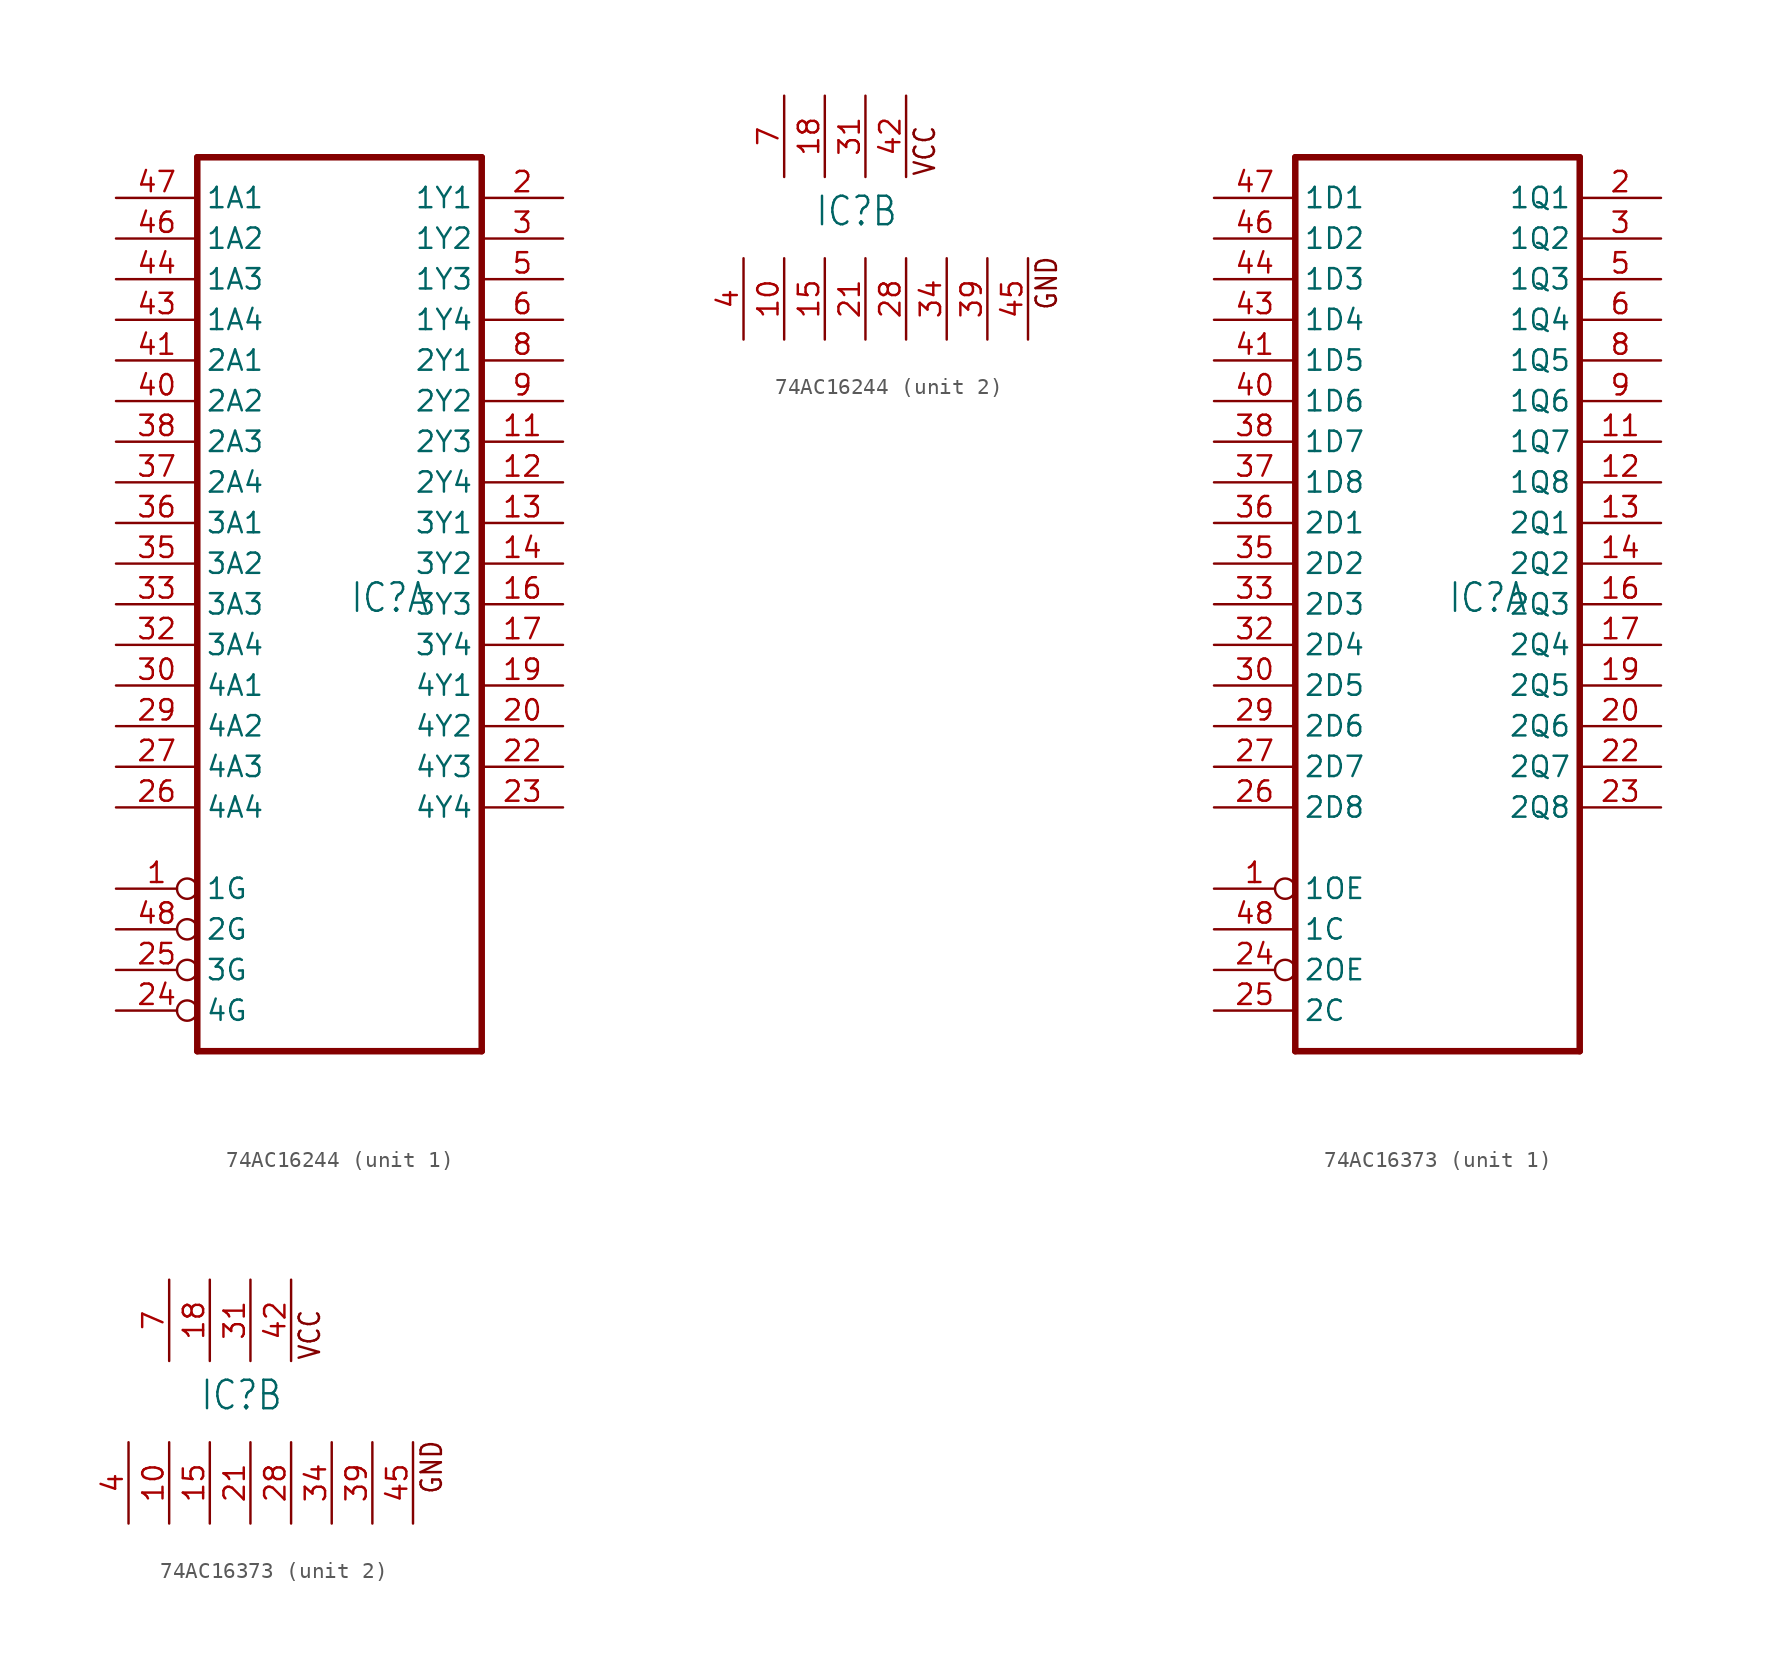
<source format=kicad_sym>
(kicad_symbol_lib
  (version 20231120)
  (generator "kicad_symbol_editor")
  (generator_version "8.0")
  (symbol "74AC16244"
    (property "Reference" "IC"
      (at -0.635 -0.635 0)
      (effects (font (size 1.778 1.511)) (justify left bottom)))
    (property "ki_locked" ""
      (at 0 0 0)
      (effects (font (size 1.27 1.27))))
    (symbol "74AC16244_1_0"
      (polyline (pts (xy -10.16 27.94) (xy -10.16 -27.94)) (stroke (width 0.406) (type solid)) (fill (type none)))
      (polyline (pts (xy -10.16 27.94) (xy 7.62 27.94)) (stroke (width 0.406) (type solid)) (fill (type none)))
      (polyline (pts (xy 7.62 -27.94) (xy -10.16 -27.94)) (stroke (width 0.406) (type solid)) (fill (type none)))
      (polyline (pts (xy 7.62 -27.94) (xy 7.62 27.94)) (stroke (width 0.406) (type solid)) (fill (type none)))
      (pin input inverted (at -15.24 -17.78 0) (length 5.08) (name "1G" (effects (font (size 1.27 1.27)))) (number "1" (effects (font (size 1.27 1.27)))))
      (pin tri_state line (at 12.7 10.16 180) (length 5.08) (name "2Y3" (effects (font (size 1.27 1.27)))) (number "11" (effects (font (size 1.27 1.27)))))
      (pin tri_state line (at 12.7 7.62 180) (length 5.08) (name "2Y4" (effects (font (size 1.27 1.27)))) (number "12" (effects (font (size 1.27 1.27)))))
      (pin tri_state line (at 12.7 5.08 180) (length 5.08) (name "3Y1" (effects (font (size 1.27 1.27)))) (number "13" (effects (font (size 1.27 1.27)))))
      (pin tri_state line (at 12.7 2.54 180) (length 5.08) (name "3Y2" (effects (font (size 1.27 1.27)))) (number "14" (effects (font (size 1.27 1.27)))))
      (pin tri_state line (at 12.7 0 180) (length 5.08) (name "3Y3" (effects (font (size 1.27 1.27)))) (number "16" (effects (font (size 1.27 1.27)))))
      (pin tri_state line (at 12.7 -2.54 180) (length 5.08) (name "3Y4" (effects (font (size 1.27 1.27)))) (number "17" (effects (font (size 1.27 1.27)))))
      (pin tri_state line (at 12.7 -5.08 180) (length 5.08) (name "4Y1" (effects (font (size 1.27 1.27)))) (number "19" (effects (font (size 1.27 1.27)))))
      (pin tri_state line (at 12.7 25.4 180) (length 5.08) (name "1Y1" (effects (font (size 1.27 1.27)))) (number "2" (effects (font (size 1.27 1.27)))))
      (pin tri_state line (at 12.7 -7.62 180) (length 5.08) (name "4Y2" (effects (font (size 1.27 1.27)))) (number "20" (effects (font (size 1.27 1.27)))))
      (pin tri_state line (at 12.7 -10.16 180) (length 5.08) (name "4Y3" (effects (font (size 1.27 1.27)))) (number "22" (effects (font (size 1.27 1.27)))))
      (pin tri_state line (at 12.7 -12.7 180) (length 5.08) (name "4Y4" (effects (font (size 1.27 1.27)))) (number "23" (effects (font (size 1.27 1.27)))))
      (pin input inverted (at -15.24 -25.4 0) (length 5.08) (name "4G" (effects (font (size 1.27 1.27)))) (number "24" (effects (font (size 1.27 1.27)))))
      (pin input inverted (at -15.24 -22.86 0) (length 5.08) (name "3G" (effects (font (size 1.27 1.27)))) (number "25" (effects (font (size 1.27 1.27)))))
      (pin input line (at -15.24 -12.7 0) (length 5.08) (name "4A4" (effects (font (size 1.27 1.27)))) (number "26" (effects (font (size 1.27 1.27)))))
      (pin input line (at -15.24 -10.16 0) (length 5.08) (name "4A3" (effects (font (size 1.27 1.27)))) (number "27" (effects (font (size 1.27 1.27)))))
      (pin input line (at -15.24 -7.62 0) (length 5.08) (name "4A2" (effects (font (size 1.27 1.27)))) (number "29" (effects (font (size 1.27 1.27)))))
      (pin tri_state line (at 12.7 22.86 180) (length 5.08) (name "1Y2" (effects (font (size 1.27 1.27)))) (number "3" (effects (font (size 1.27 1.27)))))
      (pin input line (at -15.24 -5.08 0) (length 5.08) (name "4A1" (effects (font (size 1.27 1.27)))) (number "30" (effects (font (size 1.27 1.27)))))
      (pin input line (at -15.24 -2.54 0) (length 5.08) (name "3A4" (effects (font (size 1.27 1.27)))) (number "32" (effects (font (size 1.27 1.27)))))
      (pin input line (at -15.24 0 0) (length 5.08) (name "3A3" (effects (font (size 1.27 1.27)))) (number "33" (effects (font (size 1.27 1.27)))))
      (pin input line (at -15.24 2.54 0) (length 5.08) (name "3A2" (effects (font (size 1.27 1.27)))) (number "35" (effects (font (size 1.27 1.27)))))
      (pin input line (at -15.24 5.08 0) (length 5.08) (name "3A1" (effects (font (size 1.27 1.27)))) (number "36" (effects (font (size 1.27 1.27)))))
      (pin input line (at -15.24 7.62 0) (length 5.08) (name "2A4" (effects (font (size 1.27 1.27)))) (number "37" (effects (font (size 1.27 1.27)))))
      (pin input line (at -15.24 10.16 0) (length 5.08) (name "2A3" (effects (font (size 1.27 1.27)))) (number "38" (effects (font (size 1.27 1.27)))))
      (pin input line (at -15.24 12.7 0) (length 5.08) (name "2A2" (effects (font (size 1.27 1.27)))) (number "40" (effects (font (size 1.27 1.27)))))
      (pin input line (at -15.24 15.24 0) (length 5.08) (name "2A1" (effects (font (size 1.27 1.27)))) (number "41" (effects (font (size 1.27 1.27)))))
      (pin input line (at -15.24 17.78 0) (length 5.08) (name "1A4" (effects (font (size 1.27 1.27)))) (number "43" (effects (font (size 1.27 1.27)))))
      (pin input line (at -15.24 20.32 0) (length 5.08) (name "1A3" (effects (font (size 1.27 1.27)))) (number "44" (effects (font (size 1.27 1.27)))))
      (pin input line (at -15.24 22.86 0) (length 5.08) (name "1A2" (effects (font (size 1.27 1.27)))) (number "46" (effects (font (size 1.27 1.27)))))
      (pin input line (at -15.24 25.4 0) (length 5.08) (name "1A1" (effects (font (size 1.27 1.27)))) (number "47" (effects (font (size 1.27 1.27)))))
      (pin input inverted (at -15.24 -20.32 0) (length 5.08) (name "2G" (effects (font (size 1.27 1.27)))) (number "48" (effects (font (size 1.27 1.27)))))
      (pin tri_state line (at 12.7 20.32 180) (length 5.08) (name "1Y3" (effects (font (size 1.27 1.27)))) (number "5" (effects (font (size 1.27 1.27)))))
      (pin tri_state line (at 12.7 17.78 180) (length 5.08) (name "1Y4" (effects (font (size 1.27 1.27)))) (number "6" (effects (font (size 1.27 1.27)))))
      (pin tri_state line (at 12.7 15.24 180) (length 5.08) (name "2Y1" (effects (font (size 1.27 1.27)))) (number "8" (effects (font (size 1.27 1.27)))))
      (pin tri_state line (at 12.7 12.7 180) (length 5.08) (name "2Y2" (effects (font (size 1.27 1.27)))) (number "9" (effects (font (size 1.27 1.27))))))
    (symbol "74AC16244_2_0"
      (text "GND" (at 14.605 -5.842 900) (effects (font (size 1.27 1.079)) (justify left bottom)))
      (text "VCC" (at 6.985 2.54 900) (effects (font (size 1.27 1.079)) (justify left bottom)))
      (pin power_in line (at -2.54 -7.62 90) (length 5.08) (name "GND@2" (effects (font (size 0 0)))) (number "10" (effects (font (size 1.27 1.27)))))
      (pin power_in line (at 0 -7.62 90) (length 5.08) (name "GND@3" (effects (font (size 0 0)))) (number "15" (effects (font (size 1.27 1.27)))))
      (pin power_in line (at 0 7.62 270) (length 5.08) (name "VCC@2" (effects (font (size 0 0)))) (number "18" (effects (font (size 1.27 1.27)))))
      (pin power_in line (at 2.54 -7.62 90) (length 5.08) (name "GND@4" (effects (font (size 0 0)))) (number "21" (effects (font (size 1.27 1.27)))))
      (pin power_in line (at 5.08 -7.62 90) (length 5.08) (name "GND@5" (effects (font (size 0 0)))) (number "28" (effects (font (size 1.27 1.27)))))
      (pin power_in line (at 2.54 7.62 270) (length 5.08) (name "VCC@3" (effects (font (size 0 0)))) (number "31" (effects (font (size 1.27 1.27)))))
      (pin power_in line (at 7.62 -7.62 90) (length 5.08) (name "GND@6" (effects (font (size 0 0)))) (number "34" (effects (font (size 1.27 1.27)))))
      (pin power_in line (at 10.16 -7.62 90) (length 5.08) (name "GND@7" (effects (font (size 0 0)))) (number "39" (effects (font (size 1.27 1.27)))))
      (pin power_in line (at -5.08 -7.62 90) (length 5.08) (name "GND@1" (effects (font (size 0 0)))) (number "4" (effects (font (size 1.27 1.27)))))
      (pin power_in line (at 5.08 7.62 270) (length 5.08) (name "VCC@4" (effects (font (size 0 0)))) (number "42" (effects (font (size 1.27 1.27)))))
      (pin power_in line (at 12.7 -7.62 90) (length 5.08) (name "GND@8" (effects (font (size 0 0)))) (number "45" (effects (font (size 1.27 1.27)))))
      (pin power_in line (at -2.54 7.62 270) (length 5.08) (name "VCC@1" (effects (font (size 0 0)))) (number "7" (effects (font (size 1.27 1.27)))))))
  (symbol "74AC16373"
    (property "Reference" "IC"
      (at -0.635 -0.635 0)
      (effects (font (size 1.778 1.511)) (justify left bottom)))
    (property "ki_locked" ""
      (at 0 0 0)
      (effects (font (size 1.27 1.27))))
    (symbol "74AC16373_1_0"
      (polyline (pts (xy -10.16 27.94) (xy -10.16 -27.94)) (stroke (width 0.406) (type solid)) (fill (type none)))
      (polyline (pts (xy -10.16 27.94) (xy 7.62 27.94)) (stroke (width 0.406) (type solid)) (fill (type none)))
      (polyline (pts (xy 7.62 -27.94) (xy -10.16 -27.94)) (stroke (width 0.406) (type solid)) (fill (type none)))
      (polyline (pts (xy 7.62 -27.94) (xy 7.62 27.94)) (stroke (width 0.406) (type solid)) (fill (type none)))
      (pin input inverted (at -15.24 -17.78 0) (length 5.08) (name "1OE" (effects (font (size 1.27 1.27)))) (number "1" (effects (font (size 1.27 1.27)))))
      (pin tri_state line (at 12.7 10.16 180) (length 5.08) (name "1Q7" (effects (font (size 1.27 1.27)))) (number "11" (effects (font (size 1.27 1.27)))))
      (pin tri_state line (at 12.7 7.62 180) (length 5.08) (name "1Q8" (effects (font (size 1.27 1.27)))) (number "12" (effects (font (size 1.27 1.27)))))
      (pin tri_state line (at 12.7 5.08 180) (length 5.08) (name "2Q1" (effects (font (size 1.27 1.27)))) (number "13" (effects (font (size 1.27 1.27)))))
      (pin tri_state line (at 12.7 2.54 180) (length 5.08) (name "2Q2" (effects (font (size 1.27 1.27)))) (number "14" (effects (font (size 1.27 1.27)))))
      (pin tri_state line (at 12.7 0 180) (length 5.08) (name "2Q3" (effects (font (size 1.27 1.27)))) (number "16" (effects (font (size 1.27 1.27)))))
      (pin tri_state line (at 12.7 -2.54 180) (length 5.08) (name "2Q4" (effects (font (size 1.27 1.27)))) (number "17" (effects (font (size 1.27 1.27)))))
      (pin tri_state line (at 12.7 -5.08 180) (length 5.08) (name "2Q5" (effects (font (size 1.27 1.27)))) (number "19" (effects (font (size 1.27 1.27)))))
      (pin tri_state line (at 12.7 25.4 180) (length 5.08) (name "1Q1" (effects (font (size 1.27 1.27)))) (number "2" (effects (font (size 1.27 1.27)))))
      (pin tri_state line (at 12.7 -7.62 180) (length 5.08) (name "2Q6" (effects (font (size 1.27 1.27)))) (number "20" (effects (font (size 1.27 1.27)))))
      (pin tri_state line (at 12.7 -10.16 180) (length 5.08) (name "2Q7" (effects (font (size 1.27 1.27)))) (number "22" (effects (font (size 1.27 1.27)))))
      (pin tri_state line (at 12.7 -12.7 180) (length 5.08) (name "2Q8" (effects (font (size 1.27 1.27)))) (number "23" (effects (font (size 1.27 1.27)))))
      (pin input inverted (at -15.24 -22.86 0) (length 5.08) (name "2OE" (effects (font (size 1.27 1.27)))) (number "24" (effects (font (size 1.27 1.27)))))
      (pin input line (at -15.24 -25.4 0) (length 5.08) (name "2C" (effects (font (size 1.27 1.27)))) (number "25" (effects (font (size 1.27 1.27)))))
      (pin input line (at -15.24 -12.7 0) (length 5.08) (name "2D8" (effects (font (size 1.27 1.27)))) (number "26" (effects (font (size 1.27 1.27)))))
      (pin input line (at -15.24 -10.16 0) (length 5.08) (name "2D7" (effects (font (size 1.27 1.27)))) (number "27" (effects (font (size 1.27 1.27)))))
      (pin input line (at -15.24 -7.62 0) (length 5.08) (name "2D6" (effects (font (size 1.27 1.27)))) (number "29" (effects (font (size 1.27 1.27)))))
      (pin tri_state line (at 12.7 22.86 180) (length 5.08) (name "1Q2" (effects (font (size 1.27 1.27)))) (number "3" (effects (font (size 1.27 1.27)))))
      (pin input line (at -15.24 -5.08 0) (length 5.08) (name "2D5" (effects (font (size 1.27 1.27)))) (number "30" (effects (font (size 1.27 1.27)))))
      (pin input line (at -15.24 -2.54 0) (length 5.08) (name "2D4" (effects (font (size 1.27 1.27)))) (number "32" (effects (font (size 1.27 1.27)))))
      (pin input line (at -15.24 0 0) (length 5.08) (name "2D3" (effects (font (size 1.27 1.27)))) (number "33" (effects (font (size 1.27 1.27)))))
      (pin input line (at -15.24 2.54 0) (length 5.08) (name "2D2" (effects (font (size 1.27 1.27)))) (number "35" (effects (font (size 1.27 1.27)))))
      (pin input line (at -15.24 5.08 0) (length 5.08) (name "2D1" (effects (font (size 1.27 1.27)))) (number "36" (effects (font (size 1.27 1.27)))))
      (pin input line (at -15.24 7.62 0) (length 5.08) (name "1D8" (effects (font (size 1.27 1.27)))) (number "37" (effects (font (size 1.27 1.27)))))
      (pin input line (at -15.24 10.16 0) (length 5.08) (name "1D7" (effects (font (size 1.27 1.27)))) (number "38" (effects (font (size 1.27 1.27)))))
      (pin input line (at -15.24 12.7 0) (length 5.08) (name "1D6" (effects (font (size 1.27 1.27)))) (number "40" (effects (font (size 1.27 1.27)))))
      (pin input line (at -15.24 15.24 0) (length 5.08) (name "1D5" (effects (font (size 1.27 1.27)))) (number "41" (effects (font (size 1.27 1.27)))))
      (pin input line (at -15.24 17.78 0) (length 5.08) (name "1D4" (effects (font (size 1.27 1.27)))) (number "43" (effects (font (size 1.27 1.27)))))
      (pin input line (at -15.24 20.32 0) (length 5.08) (name "1D3" (effects (font (size 1.27 1.27)))) (number "44" (effects (font (size 1.27 1.27)))))
      (pin input line (at -15.24 22.86 0) (length 5.08) (name "1D2" (effects (font (size 1.27 1.27)))) (number "46" (effects (font (size 1.27 1.27)))))
      (pin input line (at -15.24 25.4 0) (length 5.08) (name "1D1" (effects (font (size 1.27 1.27)))) (number "47" (effects (font (size 1.27 1.27)))))
      (pin input line (at -15.24 -20.32 0) (length 5.08) (name "1C" (effects (font (size 1.27 1.27)))) (number "48" (effects (font (size 1.27 1.27)))))
      (pin tri_state line (at 12.7 20.32 180) (length 5.08) (name "1Q3" (effects (font (size 1.27 1.27)))) (number "5" (effects (font (size 1.27 1.27)))))
      (pin tri_state line (at 12.7 17.78 180) (length 5.08) (name "1Q4" (effects (font (size 1.27 1.27)))) (number "6" (effects (font (size 1.27 1.27)))))
      (pin tri_state line (at 12.7 15.24 180) (length 5.08) (name "1Q5" (effects (font (size 1.27 1.27)))) (number "8" (effects (font (size 1.27 1.27)))))
      (pin tri_state line (at 12.7 12.7 180) (length 5.08) (name "1Q6" (effects (font (size 1.27 1.27)))) (number "9" (effects (font (size 1.27 1.27))))))
    (symbol "74AC16373_2_0"
      (text "GND" (at 14.605 -5.842 900) (effects (font (size 1.27 1.079)) (justify left bottom)))
      (text "VCC" (at 6.985 2.54 900) (effects (font (size 1.27 1.079)) (justify left bottom)))
      (pin power_in line (at -2.54 -7.62 90) (length 5.08) (name "GND@2" (effects (font (size 0 0)))) (number "10" (effects (font (size 1.27 1.27)))))
      (pin power_in line (at 0 -7.62 90) (length 5.08) (name "GND@3" (effects (font (size 0 0)))) (number "15" (effects (font (size 1.27 1.27)))))
      (pin power_in line (at 0 7.62 270) (length 5.08) (name "VCC@2" (effects (font (size 0 0)))) (number "18" (effects (font (size 1.27 1.27)))))
      (pin power_in line (at 2.54 -7.62 90) (length 5.08) (name "GND@4" (effects (font (size 0 0)))) (number "21" (effects (font (size 1.27 1.27)))))
      (pin power_in line (at 5.08 -7.62 90) (length 5.08) (name "GND@5" (effects (font (size 0 0)))) (number "28" (effects (font (size 1.27 1.27)))))
      (pin power_in line (at 2.54 7.62 270) (length 5.08) (name "VCC@3" (effects (font (size 0 0)))) (number "31" (effects (font (size 1.27 1.27)))))
      (pin power_in line (at 7.62 -7.62 90) (length 5.08) (name "GND@6" (effects (font (size 0 0)))) (number "34" (effects (font (size 1.27 1.27)))))
      (pin power_in line (at 10.16 -7.62 90) (length 5.08) (name "GND@7" (effects (font (size 0 0)))) (number "39" (effects (font (size 1.27 1.27)))))
      (pin power_in line (at -5.08 -7.62 90) (length 5.08) (name "GND@1" (effects (font (size 0 0)))) (number "4" (effects (font (size 1.27 1.27)))))
      (pin power_in line (at 5.08 7.62 270) (length 5.08) (name "VCC@4" (effects (font (size 0 0)))) (number "42" (effects (font (size 1.27 1.27)))))
      (pin power_in line (at 12.7 -7.62 90) (length 5.08) (name "GND@8" (effects (font (size 0 0)))) (number "45" (effects (font (size 1.27 1.27)))))
      (pin power_in line (at -2.54 7.62 270) (length 5.08) (name "VCC@1" (effects (font (size 0 0)))) (number "7" (effects (font (size 1.27 1.27))))))))
</source>
